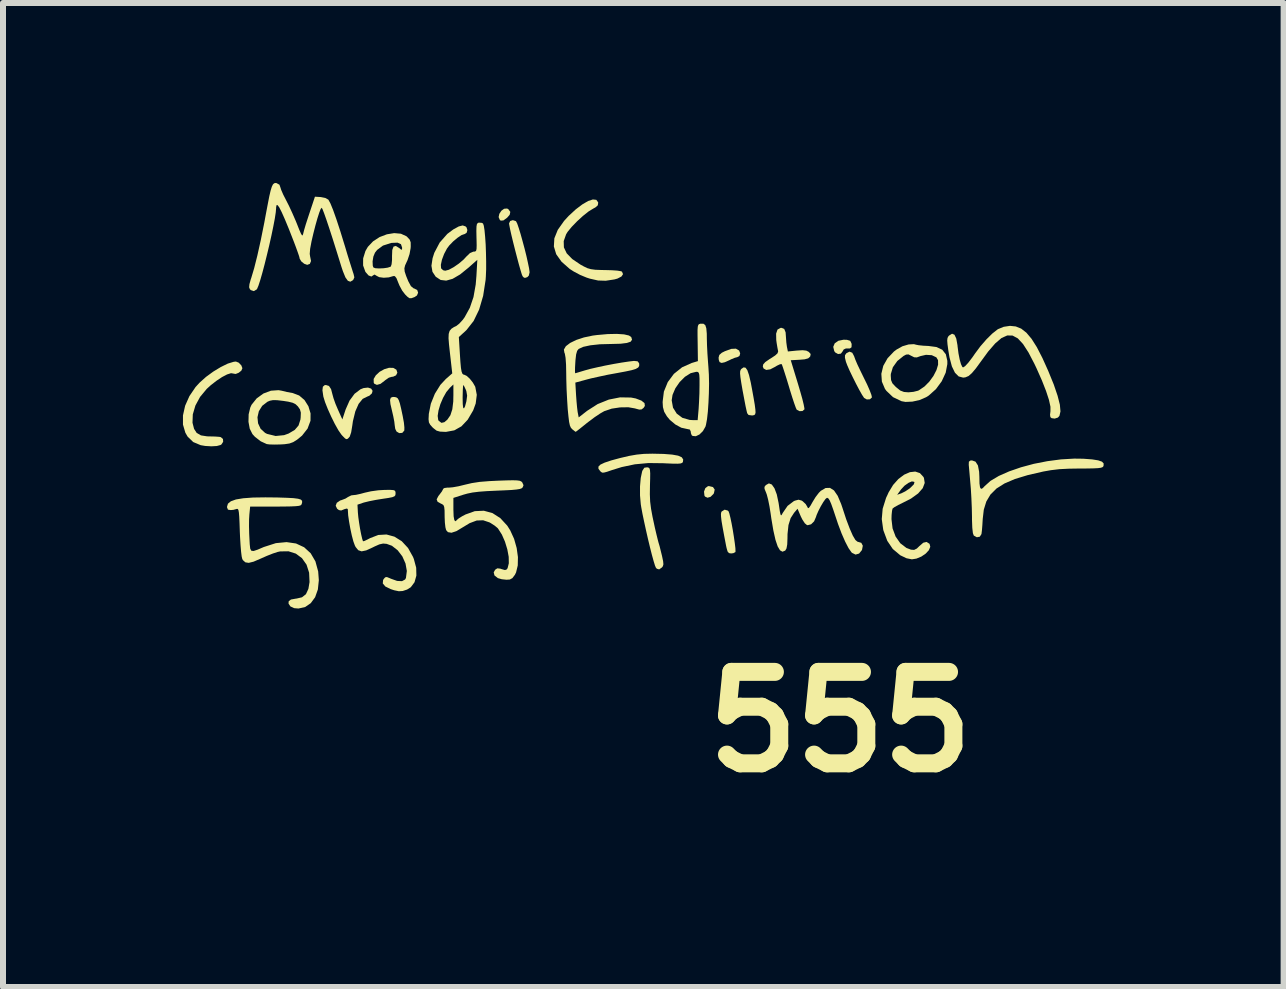
<source format=kicad_pcb>
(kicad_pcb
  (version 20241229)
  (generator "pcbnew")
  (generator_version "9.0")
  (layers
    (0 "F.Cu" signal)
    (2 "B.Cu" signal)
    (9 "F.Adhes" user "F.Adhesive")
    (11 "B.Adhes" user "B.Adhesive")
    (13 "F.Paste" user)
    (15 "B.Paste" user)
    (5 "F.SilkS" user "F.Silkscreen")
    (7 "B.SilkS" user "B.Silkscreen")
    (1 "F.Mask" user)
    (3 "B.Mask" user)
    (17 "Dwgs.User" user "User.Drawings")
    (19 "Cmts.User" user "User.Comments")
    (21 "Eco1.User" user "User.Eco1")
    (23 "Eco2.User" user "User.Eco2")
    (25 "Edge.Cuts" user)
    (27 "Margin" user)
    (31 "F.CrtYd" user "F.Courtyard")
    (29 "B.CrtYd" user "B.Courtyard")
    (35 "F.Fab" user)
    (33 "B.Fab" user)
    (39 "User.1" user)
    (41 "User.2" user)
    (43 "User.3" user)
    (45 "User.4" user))
  (footprint "555"
    (layer "F.Cu")
    (at 10.956 8.985)
    (property "Reference" "555" (at 0 0 0) (layer "F.SilkS") (effects (font (size 1.524 1.524) (thickness 0.3))))
    (attr board_only exclude_from_pos_files exclude_from_bom)
    (fp_poly (pts (xy -5.532 -8.548) (xy -5.499 -8.503) (xy -5.51 -8.454) (xy -5.552 -8.406) (xy -5.613 -8.361) (xy -5.658 -8.357) (xy -5.674 -8.369) (xy -5.694 -8.416) (xy -5.682 -8.471) (xy -5.648 -8.522) (xy -5.602 -8.555) (xy -5.553 -8.559)) (stroke (width 0) (type solid)) (fill yes) (layer "F.SilkS"))
    (fp_poly (pts (xy -2.121 -3.916) (xy -2.092 -3.874) (xy -2.105 -3.813) (xy -2.114 -3.799) (xy -2.161 -3.753) (xy -2.212 -3.738) (xy -2.253 -3.757) (xy -2.263 -3.773) (xy -2.27 -3.84) (xy -2.248 -3.898) (xy -2.205 -3.93) (xy -2.188 -3.932)) (stroke (width 0) (type solid)) (fill yes) (layer "F.SilkS"))
    (fp_poly (pts (xy -7.449 -5.902) (xy -7.398 -5.872) (xy -7.382 -5.822) (xy -7.404 -5.778) (xy -7.454 -5.755) (xy -7.473 -5.754) (xy -7.524 -5.739) (xy -7.583 -5.698) (xy -7.596 -5.687) (xy -7.663 -5.636) (xy -7.723 -5.619) (xy -7.766 -5.638) (xy -7.776 -5.656) (xy -7.777 -5.718) (xy -7.74 -5.78) (xy -7.678 -5.837) (xy -7.601 -5.88) (xy -7.521 -5.904)) (stroke (width 0) (type solid)) (fill yes) (layer "F.SilkS"))
    (fp_poly (pts (xy 0.113 -6.37) (xy 0.167 -6.354) (xy 0.188 -6.311) (xy 0.191 -6.295) (xy 0.189 -6.246) (xy 0.162 -6.226) (xy 0.099 -6.226) (xy 0.095 -6.226) (xy 0.058 -6.209) (xy 0.042 -6.18) (xy 0.012 -6.14) (xy -0.035 -6.133) (xy -0.082 -6.159) (xy -0.099 -6.182) (xy -0.116 -6.253) (xy -0.091 -6.312) (xy -0.031 -6.354) (xy 0.056 -6.372)) (stroke (width 0) (type solid)) (fill yes) (layer "F.SilkS"))
    (fp_poly (pts (xy -1.687 -6.193) (xy -1.685 -6.192) (xy -1.667 -6.144) (xy -1.679 -6.101) (xy -1.716 -6.081) (xy -1.716 -6.081) (xy -1.756 -6.071) (xy -1.819 -6.045) (xy -1.844 -6.032) (xy -1.925 -5.996) (xy -1.977 -5.985) (xy -2.009 -5.998) (xy -2.011 -6) (xy -2.024 -6.035) (xy -2.027 -6.074) (xy -2.015 -6.118) (xy -1.973 -6.155) (xy -1.923 -6.18) (xy -1.816 -6.219) (xy -1.739 -6.223)) (stroke (width 0) (type solid)) (fill yes) (layer "F.SilkS"))
    (fp_poly (pts (xy -7.429 -5.417) (xy -7.4 -5.411) (xy -7.377 -5.396) (xy -7.359 -5.365) (xy -7.34 -5.31) (xy -7.319 -5.222) (xy -7.292 -5.095) (xy -7.29 -5.083) (xy -7.273 -4.99) (xy -7.265 -4.91) (xy -7.266 -4.86) (xy -7.267 -4.857) (xy -7.3 -4.819) (xy -7.351 -4.815) (xy -7.395 -4.841) (xy -7.417 -4.885) (xy -7.426 -4.944) (xy -7.433 -5.006) (xy -7.45 -5.095) (xy -7.472 -5.19) (xy -7.497 -5.298) (xy -7.504 -5.368) (xy -7.491 -5.406) (xy -7.457 -5.418)) (stroke (width 0) (type solid)) (fill yes) (layer "F.SilkS"))
    (fp_poly (pts (xy -1.875 -3.524) (xy -1.861 -3.511) (xy -1.848 -3.476) (xy -1.83 -3.404) (xy -1.81 -3.308) (xy -1.79 -3.198) (xy -1.772 -3.085) (xy -1.757 -2.981) (xy -1.747 -2.897) (xy -1.745 -2.844) (xy -1.747 -2.832) (xy -1.78 -2.814) (xy -1.819 -2.809) (xy -1.854 -2.815) (xy -1.877 -2.841) (xy -1.894 -2.9) (xy -1.902 -2.937) (xy -1.936 -3.114) (xy -1.961 -3.25) (xy -1.978 -3.35) (xy -1.986 -3.42) (xy -1.988 -3.466) (xy -1.983 -3.495) (xy -1.975 -3.509) (xy -1.926 -3.539)) (stroke (width 0) (type solid)) (fill yes) (layer "F.SilkS"))
    (fp_poly (pts (xy -1.577 -5.905) (xy -1.548 -5.864) (xy -1.52 -5.783) (xy -1.491 -5.66) (xy -1.471 -5.554) (xy -1.443 -5.4) (xy -1.424 -5.287) (xy -1.414 -5.208) (xy -1.411 -5.158) (xy -1.418 -5.13) (xy -1.432 -5.116) (xy -1.455 -5.111) (xy -1.468 -5.109) (xy -1.527 -5.117) (xy -1.55 -5.146) (xy -1.56 -5.185) (xy -1.577 -5.263) (xy -1.597 -5.367) (xy -1.62 -5.489) (xy -1.626 -5.519) (xy -1.649 -5.653) (xy -1.663 -5.747) (xy -1.669 -5.809) (xy -1.667 -5.849) (xy -1.657 -5.873) (xy -1.648 -5.885) (xy -1.61 -5.911)) (stroke (width 0) (type solid)) (fill yes) (layer "F.SilkS"))
    (fp_poly (pts (xy -5.409 -8.35) (xy -5.402 -8.343) (xy -5.384 -8.308) (xy -5.359 -8.235) (xy -5.328 -8.135) (xy -5.295 -8.016) (xy -5.261 -7.89) (xy -5.23 -7.765) (xy -5.205 -7.652) (xy -5.186 -7.56) (xy -5.178 -7.499) (xy -5.178 -7.494) (xy -5.191 -7.44) (xy -5.216 -7.415) (xy -5.256 -7.402) (xy -5.278 -7.412) (xy -5.295 -7.431) (xy -5.308 -7.462) (xy -5.329 -7.532) (xy -5.357 -7.63) (xy -5.388 -7.747) (xy -5.421 -7.874) (xy -5.453 -8.001) (xy -5.481 -8.117) (xy -5.503 -8.215) (xy -5.516 -8.284) (xy -5.52 -8.311) (xy -5.501 -8.351) (xy -5.457 -8.365)) (stroke (width 0) (type solid)) (fill yes) (layer "F.SilkS"))
    (fp_poly (pts (xy 0.201 -6.155) (xy 0.232 -6.097) (xy 0.235 -6.088) (xy 0.252 -6.041) (xy 0.286 -5.961) (xy 0.334 -5.86) (xy 0.389 -5.747) (xy 0.396 -5.733) (xy 0.45 -5.623) (xy 0.492 -5.527) (xy 0.52 -5.453) (xy 0.529 -5.412) (xy 0.528 -5.409) (xy 0.495 -5.379) (xy 0.444 -5.376) (xy 0.399 -5.401) (xy 0.397 -5.404) (xy 0.364 -5.454) (xy 0.317 -5.537) (xy 0.263 -5.64) (xy 0.208 -5.75) (xy 0.157 -5.856) (xy 0.118 -5.945) (xy 0.096 -6.003) (xy 0.079 -6.072) (xy 0.08 -6.113) (xy 0.102 -6.145) (xy 0.104 -6.147) (xy 0.155 -6.173)) (stroke (width 0) (type solid)) (fill yes) (layer "F.SilkS"))
    (fp_poly (pts (xy -3.128 -4.472) (xy -2.942 -4.468) (xy -2.801 -4.457) (xy -2.701 -4.439) (xy -2.641 -4.412) (xy -2.617 -4.375) (xy -2.622 -4.334) (xy -2.634 -4.319) (xy -2.661 -4.309) (xy -2.711 -4.305) (xy -2.792 -4.306) (xy -2.911 -4.311) (xy -2.949 -4.313) (xy -3.198 -4.316) (xy -3.423 -4.295) (xy -3.642 -4.249) (xy -3.804 -4.199) (xy -3.888 -4.17) (xy -3.938 -4.157) (xy -3.967 -4.156) (xy -3.988 -4.169) (xy -4 -4.181) (xy -4.03 -4.221) (xy -4.03 -4.257) (xy -3.997 -4.29) (xy -3.927 -4.323) (xy -3.816 -4.36) (xy -3.672 -4.399) (xy -3.519 -4.435) (xy -3.392 -4.457) (xy -3.27 -4.469) (xy -3.133 -4.472)) (stroke (width 0) (type solid)) (fill yes) (layer "F.SilkS"))
    (fp_poly (pts (xy -8.522 -5.601) (xy -8.487 -5.548) (xy -8.465 -5.464) (xy -8.446 -5.395) (xy -8.413 -5.302) (xy -8.373 -5.208) (xy -8.299 -5.043) (xy -8.244 -5.21) (xy -8.179 -5.357) (xy -8.095 -5.471) (xy -7.996 -5.546) (xy -7.945 -5.566) (xy -7.872 -5.574) (xy -7.819 -5.557) (xy -7.795 -5.52) (xy -7.806 -5.478) (xy -7.849 -5.438) (xy -7.879 -5.426) (xy -7.96 -5.386) (xy -8.028 -5.302) (xy -8.083 -5.177) (xy -8.123 -5.014) (xy -8.133 -4.943) (xy -8.152 -4.828) (xy -8.176 -4.756) (xy -8.208 -4.721) (xy -8.235 -4.714) (xy -8.259 -4.731) (xy -8.3 -4.773) (xy -8.315 -4.79) (xy -8.365 -4.862) (xy -8.424 -4.967) (xy -8.485 -5.09) (xy -8.542 -5.217) (xy -8.588 -5.333) (xy -8.616 -5.425) (xy -8.617 -5.432) (xy -8.631 -5.529) (xy -8.624 -5.588) (xy -8.595 -5.614) (xy -8.573 -5.617)) (stroke (width 0) (type solid)) (fill yes) (layer "F.SilkS"))
    (fp_poly (pts (xy -3.195 -4.24) (xy -3.179 -4.227) (xy -3.171 -4.198) (xy -3.167 -4.144) (xy -3.168 -4.057) (xy -3.171 -3.944) (xy -3.173 -3.796) (xy -3.168 -3.673) (xy -3.153 -3.554) (xy -3.128 -3.418) (xy -3.115 -3.358) (xy -3.089 -3.237) (xy -3.063 -3.127) (xy -3.042 -3.041) (xy -3.029 -2.992) (xy -3.01 -2.928) (xy -2.988 -2.839) (xy -2.97 -2.766) (xy -2.952 -2.68) (xy -2.947 -2.628) (xy -2.956 -2.596) (xy -2.971 -2.576) (xy -3.018 -2.543) (xy -3.056 -2.554) (xy -3.072 -2.571) (xy -3.087 -2.606) (xy -3.11 -2.681) (xy -3.139 -2.786) (xy -3.171 -2.913) (xy -3.205 -3.054) (xy -3.238 -3.199) (xy -3.269 -3.341) (xy -3.296 -3.47) (xy -3.316 -3.578) (xy -3.324 -3.627) (xy -3.337 -3.776) (xy -3.337 -3.927) (xy -3.325 -4.066) (xy -3.302 -4.175) (xy -3.296 -4.191) (xy -3.265 -4.238) (xy -3.218 -4.245)) (stroke (width 0) (type solid)) (fill yes) (layer "F.SilkS"))
    (fp_poly (pts (xy -10.026 -5.989) (xy -9.983 -5.944) (xy -9.965 -5.897) (xy -9.983 -5.856) (xy -10.027 -5.821) (xy -10.077 -5.801) (xy -10.115 -5.807) (xy -10.117 -5.808) (xy -10.155 -5.814) (xy -10.221 -5.793) (xy -10.305 -5.749) (xy -10.398 -5.687) (xy -10.493 -5.613) (xy -10.56 -5.552) (xy -10.671 -5.418) (xy -10.749 -5.274) (xy -10.792 -5.127) (xy -10.797 -4.988) (xy -10.771 -4.886) (xy -10.727 -4.818) (xy -10.656 -4.777) (xy -10.552 -4.761) (xy -10.506 -4.76) (xy -10.421 -4.758) (xy -10.352 -4.753) (xy -10.325 -4.748) (xy -10.289 -4.717) (xy -10.286 -4.67) (xy -10.315 -4.626) (xy -10.329 -4.617) (xy -10.392 -4.6) (xy -10.483 -4.595) (xy -10.585 -4.601) (xy -10.661 -4.614) (xy -10.785 -4.666) (xy -10.878 -4.756) (xy -10.916 -4.821) (xy -10.956 -4.957) (xy -10.956 -5.11) (xy -10.92 -5.271) (xy -10.849 -5.431) (xy -10.746 -5.583) (xy -10.68 -5.655) (xy -10.572 -5.752) (xy -10.45 -5.841) (xy -10.325 -5.917) (xy -10.208 -5.974) (xy -10.11 -6.004) (xy -10.073 -6.008)) (stroke (width 0) (type solid)) (fill yes) (layer "F.SilkS"))
    (fp_poly (pts (xy -4.066 -8.704) (xy -4.036 -8.664) (xy -4.034 -8.654) (xy -4.041 -8.612) (xy -4.081 -8.577) (xy -4.118 -8.557) (xy -4.196 -8.509) (xy -4.29 -8.434) (xy -4.387 -8.345) (xy -4.476 -8.253) (xy -4.544 -8.17) (xy -4.569 -8.129) (xy -4.609 -8.016) (xy -4.606 -7.911) (xy -4.559 -7.812) (xy -4.467 -7.717) (xy -4.328 -7.623) (xy -4.273 -7.593) (xy -4.215 -7.565) (xy -4.156 -7.548) (xy -4.082 -7.538) (xy -3.98 -7.534) (xy -3.914 -7.533) (xy -3.806 -7.53) (xy -3.717 -7.524) (xy -3.656 -7.514) (xy -3.638 -7.507) (xy -3.62 -7.465) (xy -3.647 -7.425) (xy -3.713 -7.391) (xy -3.764 -7.377) (xy -3.908 -7.355) (xy -4.036 -7.359) (xy -4.173 -7.39) (xy -4.226 -7.407) (xy -4.333 -7.451) (xy -4.442 -7.509) (xy -4.509 -7.552) (xy -4.645 -7.672) (xy -4.734 -7.797) (xy -4.773 -7.926) (xy -4.765 -8.062) (xy -4.708 -8.203) (xy -4.603 -8.352) (xy -4.527 -8.435) (xy -4.408 -8.545) (xy -4.298 -8.628) (xy -4.202 -8.684) (xy -4.123 -8.71)) (stroke (width 0) (type solid)) (fill yes) (layer "F.SilkS"))
    (fp_poly (pts (xy -0.933 -6.552) (xy -0.91 -6.495) (xy -0.904 -6.412) (xy -0.898 -6.326) (xy -0.888 -6.254) (xy -0.872 -6.176) (xy -0.723 -6.191) (xy -0.627 -6.197) (xy -0.565 -6.19) (xy -0.525 -6.17) (xy -0.492 -6.134) (xy -0.499 -6.096) (xy -0.503 -6.089) (xy -0.534 -6.061) (xy -0.593 -6.045) (xy -0.677 -6.038) (xy -0.824 -6.03) (xy -0.704 -5.637) (xy -0.665 -5.505) (xy -0.632 -5.388) (xy -0.609 -5.294) (xy -0.597 -5.231) (xy -0.596 -5.211) (xy -0.629 -5.183) (xy -0.679 -5.181) (xy -0.724 -5.205) (xy -0.726 -5.208) (xy -0.741 -5.241) (xy -0.767 -5.313) (xy -0.8 -5.413) (xy -0.837 -5.532) (xy -0.855 -5.593) (xy -0.893 -5.718) (xy -0.927 -5.825) (xy -0.954 -5.908) (xy -0.971 -5.956) (xy -0.976 -5.965) (xy -1.003 -5.963) (xy -1.054 -5.939) (xy -1.083 -5.921) (xy -1.166 -5.878) (xy -1.233 -5.868) (xy -1.277 -5.892) (xy -1.29 -5.925) (xy -1.283 -5.961) (xy -1.248 -6) (xy -1.177 -6.049) (xy -1.16 -6.059) (xy -1.084 -6.109) (xy -1.045 -6.145) (xy -1.034 -6.178) (xy -1.037 -6.191) (xy -1.047 -6.243) (xy -1.06 -6.322) (xy -1.066 -6.368) (xy -1.068 -6.474) (xy -1.045 -6.541) (xy -0.994 -6.569) (xy -0.977 -6.57)) (stroke (width 0) (type solid)) (fill yes) (layer "F.SilkS"))
    (fp_poly (pts (xy -9.311 -5.522) (xy -9.221 -5.5) (xy -9.128 -5.483) (xy -9.124 -5.482) (xy -9.019 -5.442) (xy -8.93 -5.366) (xy -8.865 -5.263) (xy -8.829 -5.144) (xy -8.83 -5.021) (xy -8.831 -5.018) (xy -8.879 -4.89) (xy -8.971 -4.773) (xy -9.054 -4.705) (xy -9.118 -4.665) (xy -9.181 -4.642) (xy -9.262 -4.63) (xy -9.334 -4.626) (xy -9.429 -4.624) (xy -9.509 -4.626) (xy -9.558 -4.632) (xy -9.559 -4.632) (xy -9.659 -4.678) (xy -9.755 -4.752) (xy -9.798 -4.799) (xy -9.843 -4.889) (xy -9.864 -5.004) (xy -9.862 -5.079) (xy -9.714 -5.079) (xy -9.704 -4.978) (xy -9.662 -4.888) (xy -9.587 -4.819) (xy -9.554 -4.802) (xy -9.411 -4.767) (xy -9.27 -4.781) (xy -9.195 -4.808) (xy -9.092 -4.869) (xy -9.029 -4.943) (xy -8.998 -5.041) (xy -8.994 -5.075) (xy -8.991 -5.156) (xy -9.006 -5.211) (xy -9.04 -5.26) (xy -9.079 -5.297) (xy -9.127 -5.321) (xy -9.2 -5.339) (xy -9.284 -5.352) (xy -9.387 -5.364) (xy -9.456 -5.365) (xy -9.507 -5.355) (xy -9.547 -5.338) (xy -9.635 -5.27) (xy -9.691 -5.18) (xy -9.714 -5.079) (xy -9.862 -5.079) (xy -9.861 -5.128) (xy -9.834 -5.241) (xy -9.813 -5.287) (xy -9.727 -5.394) (xy -9.615 -5.475) (xy -9.49 -5.522) (xy -9.363 -5.531)) (stroke (width 0) (type solid)) (fill yes) (layer "F.SilkS"))
    (fp_poly (pts (xy 1.263 -6.289) (xy 1.309 -6.28) (xy 1.387 -6.272) (xy 1.469 -6.268) (xy 1.605 -6.25) (xy 1.701 -6.205) (xy 1.761 -6.129) (xy 1.786 -6.02) (xy 1.786 -5.965) (xy 1.759 -5.823) (xy 1.693 -5.68) (xy 1.596 -5.548) (xy 1.476 -5.441) (xy 1.433 -5.414) (xy 1.325 -5.367) (xy 1.204 -5.34) (xy 1.089 -5.335) (xy 1.022 -5.347) (xy 0.88 -5.415) (xy 0.77 -5.52) (xy 0.746 -5.553) (xy 0.695 -5.673) (xy 0.688 -5.772) (xy 0.843 -5.772) (xy 0.848 -5.699) (xy 0.87 -5.646) (xy 0.921 -5.591) (xy 0.934 -5.579) (xy 1.001 -5.525) (xy 1.063 -5.501) (xy 1.137 -5.495) (xy 1.221 -5.503) (xy 1.297 -5.522) (xy 1.314 -5.53) (xy 1.405 -5.592) (xy 1.487 -5.675) (xy 1.555 -5.769) (xy 1.605 -5.866) (xy 1.632 -5.956) (xy 1.631 -6.031) (xy 1.603 -6.078) (xy 1.527 -6.114) (xy 1.43 -6.12) (xy 1.339 -6.099) (xy 1.278 -6.077) (xy 1.234 -6.079) (xy 1.188 -6.102) (xy 1.139 -6.127) (xy 1.099 -6.124) (xy 1.056 -6.101) (xy 0.952 -6.017) (xy 0.878 -5.913) (xy 0.844 -5.801) (xy 0.843 -5.772) (xy 0.688 -5.772) (xy 0.686 -5.804) (xy 0.718 -5.936) (xy 0.789 -6.062) (xy 0.896 -6.175) (xy 0.941 -6.209) (xy 1.038 -6.263) (xy 1.14 -6.293) (xy 1.229 -6.298)) (stroke (width 0) (type solid)) (fill yes) (layer "F.SilkS"))
    (fp_poly (pts (xy 4.053 -4.388) (xy 4.199 -4.377) (xy 4.301 -4.361) (xy 4.364 -4.339) (xy 4.392 -4.309) (xy 4.39 -4.269) (xy 4.388 -4.264) (xy 4.376 -4.249) (xy 4.348 -4.238) (xy 4.297 -4.231) (xy 4.216 -4.227) (xy 4.097 -4.225) (xy 4.004 -4.225) (xy 3.812 -4.222) (xy 3.654 -4.214) (xy 3.512 -4.197) (xy 3.387 -4.175) (xy 3.127 -4.115) (xy 2.913 -4.05) (xy 2.74 -3.976) (xy 2.605 -3.891) (xy 2.505 -3.791) (xy 2.436 -3.675) (xy 2.394 -3.539) (xy 2.376 -3.383) (xy 2.37 -3.283) (xy 2.363 -3.196) (xy 2.356 -3.139) (xy 2.355 -3.132) (xy 2.327 -3.088) (xy 2.278 -3.079) (xy 2.227 -3.107) (xy 2.212 -3.148) (xy 2.202 -3.237) (xy 2.197 -3.37) (xy 2.197 -3.418) (xy 2.194 -3.567) (xy 2.187 -3.732) (xy 2.178 -3.887) (xy 2.172 -3.957) (xy 2.162 -4.072) (xy 2.153 -4.176) (xy 2.146 -4.255) (xy 2.143 -4.286) (xy 2.145 -4.338) (xy 2.168 -4.357) (xy 2.197 -4.36) (xy 2.256 -4.339) (xy 2.296 -4.276) (xy 2.316 -4.171) (xy 2.32 -4.087) (xy 2.322 -3.976) (xy 2.331 -3.911) (xy 2.348 -3.885) (xy 2.376 -3.897) (xy 2.409 -3.932) (xy 2.506 -4.019) (xy 2.644 -4.101) (xy 2.816 -4.177) (xy 3.013 -4.245) (xy 3.228 -4.303) (xy 3.453 -4.347) (xy 3.68 -4.377) (xy 3.901 -4.39)) (stroke (width 0) (type solid)) (fill yes) (layer "F.SilkS"))
    (fp_poly (pts (xy 1.329 -4.148) (xy 1.387 -4.085) (xy 1.396 -4.068) (xy 1.409 -3.984) (xy 1.376 -3.897) (xy 1.299 -3.809) (xy 1.181 -3.724) (xy 1.05 -3.657) (xy 0.969 -3.617) (xy 0.906 -3.582) (xy 0.874 -3.558) (xy 0.873 -3.557) (xy 0.864 -3.519) (xy 0.857 -3.449) (xy 0.855 -3.381) (xy 0.873 -3.227) (xy 0.924 -3.09) (xy 1.002 -2.979) (xy 1.104 -2.901) (xy 1.18 -2.872) (xy 1.232 -2.868) (xy 1.278 -2.891) (xy 1.318 -2.93) (xy 1.385 -2.988) (xy 1.44 -3.001) (xy 1.487 -2.971) (xy 1.49 -2.968) (xy 1.502 -2.92) (xy 1.478 -2.863) (xy 1.425 -2.806) (xy 1.353 -2.757) (xy 1.271 -2.723) (xy 1.195 -2.711) (xy 1.105 -2.729) (xy 1.005 -2.777) (xy 1 -2.78) (xy 0.877 -2.883) (xy 0.785 -3.019) (xy 0.721 -3.191) (xy 0.717 -3.208) (xy 0.693 -3.381) (xy 0.708 -3.554) (xy 0.765 -3.736) (xy 0.789 -3.787) (xy 0.95 -3.787) (xy 1.021 -3.812) (xy 1.085 -3.844) (xy 1.157 -3.892) (xy 1.174 -3.907) (xy 1.227 -3.96) (xy 1.238 -3.995) (xy 1.233 -4.003) (xy 1.195 -4.01) (xy 1.139 -3.986) (xy 1.074 -3.94) (xy 1.015 -3.877) (xy 1.004 -3.862) (xy 0.95 -3.787) (xy 0.789 -3.787) (xy 0.807 -3.827) (xy 0.882 -3.951) (xy 0.97 -4.05) (xy 1.066 -4.122) (xy 1.162 -4.164) (xy 1.252 -4.174)) (stroke (width 0) (type solid)) (fill yes) (layer "F.SilkS"))
    (fp_poly (pts (xy 2.927 -6.593) (xy 3.017 -6.557) (xy 3.104 -6.489) (xy 3.19 -6.387) (xy 3.278 -6.248) (xy 3.371 -6.067) (xy 3.467 -5.854) (xy 3.56 -5.626) (xy 3.624 -5.438) (xy 3.662 -5.289) (xy 3.672 -5.177) (xy 3.655 -5.103) (xy 3.629 -5.074) (xy 3.576 -5.057) (xy 3.525 -5.064) (xy 3.504 -5.081) (xy 3.498 -5.121) (xy 3.505 -5.178) (xy 3.505 -5.255) (xy 3.48 -5.369) (xy 3.432 -5.516) (xy 3.363 -5.692) (xy 3.274 -5.893) (xy 3.236 -5.973) (xy 3.139 -6.159) (xy 3.048 -6.3) (xy 2.961 -6.394) (xy 2.874 -6.441) (xy 2.785 -6.443) (xy 2.689 -6.4) (xy 2.584 -6.31) (xy 2.467 -6.175) (xy 2.345 -6.008) (xy 2.261 -5.893) (xy 2.195 -5.815) (xy 2.14 -5.767) (xy 2.088 -5.745) (xy 2.05 -5.74) (xy 1.975 -5.76) (xy 1.913 -5.822) (xy 1.862 -5.927) (xy 1.822 -6.078) (xy 1.803 -6.191) (xy 1.789 -6.294) (xy 1.784 -6.36) (xy 1.789 -6.401) (xy 1.803 -6.428) (xy 1.815 -6.441) (xy 1.865 -6.472) (xy 1.905 -6.455) (xy 1.935 -6.391) (xy 1.955 -6.281) (xy 1.957 -6.258) (xy 1.972 -6.143) (xy 1.992 -6.041) (xy 2.014 -5.963) (xy 2.037 -5.917) (xy 2.049 -5.91) (xy 2.082 -5.931) (xy 2.135 -5.988) (xy 2.203 -6.077) (xy 2.248 -6.142) (xy 2.337 -6.262) (xy 2.437 -6.377) (xy 2.536 -6.475) (xy 2.624 -6.544) (xy 2.63 -6.548) (xy 2.725 -6.587) (xy 2.83 -6.603)) (stroke (width 0) (type solid)) (fill yes) (layer "F.SilkS"))
    (fp_poly (pts (xy -2.279 -6.638) (xy -2.249 -6.615) (xy -2.232 -6.563) (xy -2.224 -6.474) (xy -2.223 -6.387) (xy -2.22 -6.276) (xy -2.213 -6.138) (xy -2.203 -5.995) (xy -2.197 -5.917) (xy -2.189 -5.789) (xy -2.186 -5.64) (xy -2.189 -5.48) (xy -2.196 -5.322) (xy -2.206 -5.174) (xy -2.22 -5.048) (xy -2.237 -4.955) (xy -2.246 -4.923) (xy -2.289 -4.848) (xy -2.346 -4.792) (xy -2.407 -4.763) (xy -2.46 -4.768) (xy -2.475 -4.779) (xy -2.489 -4.815) (xy -2.491 -4.84) (xy -2.506 -4.874) (xy -2.558 -4.885) (xy -2.558 -4.885) (xy -2.649 -4.905) (xy -2.748 -4.959) (xy -2.84 -5.036) (xy -2.889 -5.095) (xy -2.934 -5.171) (xy -2.955 -5.248) (xy -2.96 -5.332) (xy -2.957 -5.362) (xy -2.809 -5.362) (xy -2.787 -5.239) (xy -2.725 -5.14) (xy -2.631 -5.07) (xy -2.509 -5.035) (xy -2.464 -5.032) (xy -2.376 -5.031) (xy -2.36 -5.218) (xy -2.353 -5.337) (xy -2.347 -5.477) (xy -2.345 -5.609) (xy -2.345 -5.621) (xy -2.345 -5.724) (xy -2.349 -5.788) (xy -2.358 -5.821) (xy -2.374 -5.835) (xy -2.4 -5.837) (xy -2.493 -5.814) (xy -2.588 -5.754) (xy -2.676 -5.666) (xy -2.748 -5.562) (xy -2.795 -5.452) (xy -2.809 -5.362) (xy -2.957 -5.362) (xy -2.939 -5.507) (xy -2.874 -5.666) (xy -2.772 -5.803) (xy -2.636 -5.912) (xy -2.473 -5.985) (xy -2.472 -5.985) (xy -2.372 -6.015) (xy -2.376 -6.323) (xy -2.378 -6.45) (xy -2.378 -6.537) (xy -2.374 -6.59) (xy -2.365 -6.62) (xy -2.35 -6.633) (xy -2.327 -6.639) (xy -2.323 -6.639)) (stroke (width 0) (type solid)) (fill yes) (layer "F.SilkS"))
    (fp_poly (pts (xy -7.323 -8.139) (xy -7.231 -8.097) (xy -7.217 -8.084) (xy -7.177 -8.041) (xy -7.16 -7.996) (xy -7.159 -7.929) (xy -7.161 -7.898) (xy -7.179 -7.799) (xy -7.212 -7.7) (xy -7.226 -7.67) (xy -7.253 -7.611) (xy -7.265 -7.562) (xy -7.26 -7.508) (xy -7.236 -7.435) (xy -7.2 -7.347) (xy -7.156 -7.265) (xy -7.111 -7.228) (xy -7.099 -7.225) (xy -7.051 -7.2) (xy -7.036 -7.156) (xy -7.055 -7.11) (xy -7.095 -7.083) (xy -7.147 -7.064) (xy -7.18 -7.064) (xy -7.214 -7.088) (xy -7.253 -7.127) (xy -7.302 -7.191) (xy -7.348 -7.277) (xy -7.367 -7.323) (xy -7.397 -7.398) (xy -7.424 -7.432) (xy -7.449 -7.433) (xy -7.525 -7.411) (xy -7.61 -7.405) (xy -7.685 -7.415) (xy -7.724 -7.435) (xy -7.762 -7.458) (xy -7.779 -7.449) (xy -7.815 -7.425) (xy -7.862 -7.443) (xy -7.912 -7.5) (xy -7.915 -7.504) (xy -7.953 -7.609) (xy -7.953 -7.678) (xy -7.795 -7.678) (xy -7.792 -7.606) (xy -7.782 -7.577) (xy -7.751 -7.564) (xy -7.689 -7.56) (xy -7.614 -7.563) (xy -7.544 -7.573) (xy -7.497 -7.588) (xy -7.491 -7.593) (xy -7.478 -7.63) (xy -7.471 -7.699) (xy -7.471 -7.766) (xy -7.467 -7.868) (xy -7.446 -7.924) (xy -7.407 -7.935) (xy -7.352 -7.901) (xy -7.35 -7.9) (xy -7.316 -7.871) (xy -7.304 -7.879) (xy -7.303 -7.908) (xy -7.322 -7.964) (xy -7.379 -7.99) (xy -7.475 -7.986) (xy -7.488 -7.984) (xy -7.622 -7.941) (xy -7.72 -7.868) (xy -7.755 -7.823) (xy -7.782 -7.758) (xy -7.795 -7.678) (xy -7.953 -7.678) (xy -7.952 -7.729) (xy -7.914 -7.851) (xy -7.874 -7.92) (xy -7.787 -8.012) (xy -7.678 -8.083) (xy -7.557 -8.129) (xy -7.435 -8.149)) (stroke (width 0) (type solid)) (fill yes) (layer "F.SilkS"))
    (fp_poly (pts (xy -9.386 -3.742) (xy -9.229 -3.737) (xy -9.114 -3.731) (xy -9.037 -3.721) (xy -8.991 -3.707) (xy -8.97 -3.686) (xy -8.97 -3.656) (xy -8.979 -3.627) (xy -8.991 -3.613) (xy -9.02 -3.603) (xy -9.073 -3.597) (xy -9.156 -3.593) (xy -9.276 -3.591) (xy -9.414 -3.59) (xy -9.836 -3.59) (xy -9.849 -3.459) (xy -9.854 -3.376) (xy -9.855 -3.263) (xy -9.852 -3.139) (xy -9.849 -3.079) (xy -9.843 -2.963) (xy -9.835 -2.889) (xy -9.816 -2.854) (xy -9.778 -2.85) (xy -9.712 -2.872) (xy -9.609 -2.916) (xy -9.6 -2.919) (xy -9.407 -2.981) (xy -9.229 -2.998) (xy -9.071 -2.975) (xy -8.936 -2.912) (xy -8.827 -2.812) (xy -8.748 -2.677) (xy -8.702 -2.509) (xy -8.691 -2.363) (xy -8.707 -2.209) (xy -8.753 -2.079) (xy -8.826 -1.98) (xy -8.919 -1.916) (xy -9.03 -1.891) (xy -9.102 -1.897) (xy -9.165 -1.926) (xy -9.196 -1.973) (xy -9.194 -2.011) (xy -9.156 -2.041) (xy -9.073 -2.056) (xy -9.067 -2.056) (xy -8.972 -2.078) (xy -8.906 -2.13) (xy -8.865 -2.219) (xy -8.846 -2.332) (xy -8.853 -2.488) (xy -8.896 -2.622) (xy -8.972 -2.73) (xy -9.074 -2.806) (xy -9.197 -2.845) (xy -9.336 -2.843) (xy -9.382 -2.833) (xy -9.457 -2.808) (xy -9.556 -2.769) (xy -9.658 -2.724) (xy -9.667 -2.72) (xy -9.779 -2.672) (xy -9.86 -2.652) (xy -9.916 -2.661) (xy -9.956 -2.697) (xy -9.967 -2.716) (xy -9.977 -2.757) (xy -9.987 -2.837) (xy -9.996 -2.947) (xy -10.004 -3.077) (xy -10.008 -3.167) (xy -10.013 -3.316) (xy -10.018 -3.423) (xy -10.024 -3.493) (xy -10.032 -3.534) (xy -10.043 -3.551) (xy -10.057 -3.552) (xy -10.06 -3.551) (xy -10.115 -3.536) (xy -10.16 -3.532) (xy -10.206 -3.539) (xy -10.221 -3.577) (xy -10.221 -3.59) (xy -10.206 -3.639) (xy -10.157 -3.679) (xy -10.073 -3.709) (xy -9.951 -3.729) (xy -9.788 -3.741) (xy -9.582 -3.744)) (stroke (width 0) (type solid)) (fill yes) (layer "F.SilkS"))
    (fp_poly (pts (xy -7.448 -3.865) (xy -7.421 -3.854) (xy -7.413 -3.832) (xy -7.412 -3.811) (xy -7.415 -3.781) (xy -7.43 -3.762) (xy -7.466 -3.747) (xy -7.532 -3.734) (xy -7.632 -3.719) (xy -7.744 -3.701) (xy -7.85 -3.68) (xy -7.932 -3.66) (xy -7.95 -3.655) (xy -8.047 -3.622) (xy -8.04 -3.49) (xy -8.033 -3.415) (xy -8.02 -3.322) (xy -8.004 -3.222) (xy -7.986 -3.129) (xy -7.969 -3.056) (xy -7.956 -3.015) (xy -7.954 -3.012) (xy -7.929 -3.018) (xy -7.877 -3.043) (xy -7.837 -3.064) (xy -7.7 -3.117) (xy -7.563 -3.125) (xy -7.431 -3.089) (xy -7.309 -3.013) (xy -7.204 -2.9) (xy -7.121 -2.751) (xy -7.107 -2.716) (xy -7.068 -2.571) (xy -7.065 -2.44) (xy -7.096 -2.329) (xy -7.158 -2.246) (xy -7.22 -2.207) (xy -7.293 -2.183) (xy -7.357 -2.179) (xy -7.434 -2.195) (xy -7.492 -2.214) (xy -7.582 -2.258) (xy -7.625 -2.309) (xy -7.62 -2.365) (xy -7.609 -2.384) (xy -7.585 -2.411) (xy -7.557 -2.416) (xy -7.51 -2.397) (xy -7.487 -2.387) (xy -7.386 -2.351) (xy -7.305 -2.347) (xy -7.253 -2.375) (xy -7.239 -2.4) (xy -7.224 -2.517) (xy -7.246 -2.641) (xy -7.299 -2.76) (xy -7.377 -2.862) (xy -7.473 -2.937) (xy -7.561 -2.969) (xy -7.62 -2.974) (xy -7.683 -2.96) (xy -7.764 -2.924) (xy -7.796 -2.908) (xy -7.901 -2.86) (xy -7.978 -2.844) (xy -8.034 -2.863) (xy -8.078 -2.917) (xy -8.091 -2.943) (xy -8.115 -3.009) (xy -8.141 -3.107) (xy -8.166 -3.223) (xy -8.187 -3.341) (xy -8.202 -3.444) (xy -8.206 -3.511) (xy -8.208 -3.546) (xy -8.222 -3.558) (xy -8.259 -3.549) (xy -8.319 -3.525) (xy -8.356 -3.532) (xy -8.386 -3.554) (xy -8.41 -3.604) (xy -8.392 -3.653) (xy -8.337 -3.691) (xy -8.311 -3.699) (xy -8.246 -3.724) (xy -8.205 -3.75) (xy -8.151 -3.777) (xy -8.12 -3.781) (xy -8.072 -3.786) (xy -7.995 -3.803) (xy -7.925 -3.822) (xy -7.822 -3.845) (xy -7.699 -3.862) (xy -7.596 -3.868) (xy -7.502 -3.869)) (stroke (width 0) (type solid)) (fill yes) (layer "F.SilkS"))
    (fp_poly (pts (xy -1.14 -3.958) (xy -1.096 -3.896) (xy -1.057 -3.793) (xy -1.027 -3.651) (xy -1.021 -3.612) (xy -1.007 -3.516) (xy -0.996 -3.462) (xy -0.986 -3.443) (xy -0.974 -3.454) (xy -0.958 -3.484) (xy -0.877 -3.602) (xy -0.776 -3.679) (xy -0.755 -3.689) (xy -0.695 -3.705) (xy -0.644 -3.691) (xy -0.625 -3.679) (xy -0.575 -3.632) (xy -0.549 -3.588) (xy -0.537 -3.564) (xy -0.521 -3.569) (xy -0.494 -3.607) (xy -0.461 -3.666) (xy -0.411 -3.748) (xy -0.356 -3.82) (xy -0.323 -3.853) (xy -0.243 -3.9) (xy -0.17 -3.902) (xy -0.104 -3.86) (xy -0.042 -3.77) (xy 0.016 -3.633) (xy 0.037 -3.571) (xy 0.1 -3.379) (xy 0.159 -3.223) (xy 0.21 -3.107) (xy 0.254 -3.033) (xy 0.289 -3.004) (xy 0.292 -3.004) (xy 0.352 -2.986) (xy 0.377 -2.938) (xy 0.364 -2.87) (xy 0.362 -2.865) (xy 0.315 -2.807) (xy 0.256 -2.79) (xy 0.197 -2.819) (xy 0.188 -2.828) (xy 0.139 -2.898) (xy 0.083 -3.006) (xy 0.023 -3.143) (xy -0.036 -3.3) (xy -0.071 -3.405) (xy -0.116 -3.54) (xy -0.15 -3.635) (xy -0.176 -3.695) (xy -0.198 -3.727) (xy -0.219 -3.737) (xy -0.22 -3.737) (xy -0.245 -3.717) (xy -0.282 -3.665) (xy -0.324 -3.594) (xy -0.363 -3.518) (xy -0.393 -3.45) (xy -0.404 -3.416) (xy -0.435 -3.344) (xy -0.485 -3.295) (xy -0.542 -3.28) (xy -0.555 -3.283) (xy -0.59 -3.312) (xy -0.63 -3.373) (xy -0.656 -3.425) (xy -0.711 -3.554) (xy -0.769 -3.486) (xy -0.826 -3.398) (xy -0.862 -3.283) (xy -0.878 -3.133) (xy -0.879 -3.062) (xy -0.883 -2.958) (xy -0.895 -2.893) (xy -0.916 -2.857) (xy -0.918 -2.856) (xy -0.962 -2.838) (xy -1.003 -2.861) (xy -1.042 -2.926) (xy -1.079 -3.036) (xy -1.114 -3.191) (xy -1.148 -3.392) (xy -1.16 -3.477) (xy -1.179 -3.595) (xy -1.201 -3.704) (xy -1.223 -3.789) (xy -1.237 -3.827) (xy -1.261 -3.885) (xy -1.262 -3.919) (xy -1.24 -3.948) (xy -1.239 -3.949) (xy -1.188 -3.977)) (stroke (width 0) (type solid)) (fill yes) (layer "F.SilkS"))
    (fp_poly (pts (xy -5.389 -4.027) (xy -5.344 -4.021) (xy -5.318 -4.01) (xy -5.301 -3.995) (xy -5.279 -3.947) (xy -5.292 -3.912) (xy -5.308 -3.896) (xy -5.34 -3.884) (xy -5.395 -3.875) (xy -5.479 -3.867) (xy -5.6 -3.861) (xy -5.718 -3.856) (xy -5.889 -3.848) (xy -6.022 -3.838) (xy -6.128 -3.825) (xy -6.215 -3.807) (xy -6.283 -3.788) (xy -6.448 -3.735) (xy -6.448 -3.54) (xy -6.444 -3.428) (xy -6.432 -3.363) (xy -6.411 -3.345) (xy -6.386 -3.371) (xy -6.357 -3.395) (xy -6.299 -3.431) (xy -6.245 -3.459) (xy -6.091 -3.514) (xy -5.94 -3.521) (xy -5.797 -3.482) (xy -5.666 -3.398) (xy -5.55 -3.272) (xy -5.5 -3.193) (xy -5.436 -3.052) (xy -5.393 -2.9) (xy -5.372 -2.748) (xy -5.375 -2.609) (xy -5.403 -2.493) (xy -5.422 -2.454) (xy -5.464 -2.398) (xy -5.508 -2.374) (xy -5.564 -2.371) (xy -5.641 -2.379) (xy -5.704 -2.397) (xy -5.707 -2.398) (xy -5.763 -2.442) (xy -5.776 -2.494) (xy -5.752 -2.537) (xy -5.716 -2.561) (xy -5.668 -2.556) (xy -5.641 -2.547) (xy -5.588 -2.532) (xy -5.558 -2.543) (xy -5.544 -2.565) (xy -5.524 -2.645) (xy -5.526 -2.753) (xy -5.549 -2.877) (xy -5.588 -3.005) (xy -5.64 -3.124) (xy -5.702 -3.221) (xy -5.712 -3.233) (xy -5.759 -3.272) (xy -5.827 -3.316) (xy -5.847 -3.327) (xy -5.952 -3.362) (xy -6.06 -3.358) (xy -6.177 -3.314) (xy -6.283 -3.25) (xy -6.394 -3.183) (xy -6.479 -3.154) (xy -6.539 -3.164) (xy -6.569 -3.198) (xy -6.581 -3.245) (xy -6.59 -3.324) (xy -6.594 -3.42) (xy -6.594 -3.43) (xy -6.595 -3.525) (xy -6.601 -3.583) (xy -6.614 -3.615) (xy -6.638 -3.632) (xy -6.653 -3.638) (xy -6.712 -3.671) (xy -6.727 -3.711) (xy -6.698 -3.767) (xy -6.681 -3.788) (xy -6.641 -3.841) (xy -6.62 -3.88) (xy -6.619 -3.886) (xy -6.597 -3.9) (xy -6.544 -3.907) (xy -6.527 -3.906) (xy -6.458 -3.912) (xy -6.362 -3.929) (xy -6.26 -3.954) (xy -6.252 -3.956) (xy -6.14 -3.982) (xy -6.009 -4.002) (xy -5.848 -4.015) (xy -5.703 -4.022) (xy -5.56 -4.027) (xy -5.458 -4.029)) (stroke (width 0) (type solid)) (fill yes) (layer "F.SilkS"))
    (fp_poly (pts (xy -3.603 -6.461) (xy -3.521 -6.442) (xy -3.483 -6.416) (xy -3.47 -6.372) (xy -3.493 -6.339) (xy -3.556 -6.318) (xy -3.661 -6.305) (xy -3.811 -6.301) (xy -3.813 -6.301) (xy -4.006 -6.296) (xy -4.164 -6.279) (xy -4.284 -6.253) (xy -4.36 -6.218) (xy -4.385 -6.186) (xy -4.402 -6.127) (xy -4.413 -6.03) (xy -4.415 -6) (xy -4.42 -5.911) (xy -4.421 -5.846) (xy -4.419 -5.814) (xy -4.418 -5.813) (xy -4.391 -5.82) (xy -4.332 -5.838) (xy -4.255 -5.861) (xy -4.168 -5.885) (xy -4.051 -5.912) (xy -3.916 -5.941) (xy -3.775 -5.968) (xy -3.641 -5.991) (xy -3.527 -6.008) (xy -3.444 -6.018) (xy -3.431 -6.018) (xy -3.377 -6.012) (xy -3.353 -5.981) (xy -3.35 -5.966) (xy -3.351 -5.934) (xy -3.368 -5.908) (xy -3.408 -5.885) (xy -3.477 -5.864) (xy -3.581 -5.842) (xy -3.726 -5.815) (xy -3.737 -5.813) (xy -3.874 -5.788) (xy -4.019 -5.757) (xy -4.15 -5.728) (xy -4.216 -5.711) (xy -4.415 -5.657) (xy -4.403 -5.448) (xy -4.395 -5.34) (xy -4.386 -5.242) (xy -4.377 -5.17) (xy -4.375 -5.158) (xy -4.359 -5.077) (xy -4.218 -5.187) (xy -4.043 -5.299) (xy -3.857 -5.374) (xy -3.669 -5.411) (xy -3.487 -5.408) (xy -3.409 -5.393) (xy -3.314 -5.357) (xy -3.262 -5.315) (xy -3.256 -5.268) (xy -3.278 -5.235) (xy -3.311 -5.21) (xy -3.349 -5.207) (xy -3.413 -5.224) (xy -3.417 -5.226) (xy -3.531 -5.246) (xy -3.668 -5.244) (xy -3.808 -5.223) (xy -3.929 -5.182) (xy -3.933 -5.181) (xy -4.003 -5.141) (xy -4.094 -5.08) (xy -4.19 -5.008) (xy -4.224 -4.982) (xy -4.302 -4.919) (xy -4.364 -4.87) (xy -4.402 -4.841) (xy -4.409 -4.836) (xy -4.43 -4.85) (xy -4.466 -4.879) (xy -4.489 -4.904) (xy -4.506 -4.942) (xy -4.519 -5.002) (xy -4.53 -5.093) (xy -4.542 -5.214) (xy -4.552 -5.369) (xy -4.561 -5.545) (xy -4.566 -5.717) (xy -4.567 -5.807) (xy -4.57 -5.958) (xy -4.578 -6.07) (xy -4.59 -6.139) (xy -4.597 -6.154) (xy -4.606 -6.208) (xy -4.573 -6.264) (xy -4.502 -6.318) (xy -4.4 -6.368) (xy -4.272 -6.41) (xy -4.124 -6.441) (xy -4.054 -6.45) (xy -3.875 -6.466) (xy -3.723 -6.469)) (stroke (width 0) (type solid)) (fill yes) (layer "F.SilkS"))
    (fp_poly (pts (xy -9.397 -8.983) (xy -9.348 -8.956) (xy -9.334 -8.918) (xy -9.318 -8.868) (xy -9.285 -8.792) (xy -9.241 -8.706) (xy -9.239 -8.702) (xy -9.19 -8.606) (xy -9.134 -8.485) (xy -9.079 -8.359) (xy -9.058 -8.308) (xy -9.017 -8.204) (xy -8.989 -8.14) (xy -8.971 -8.112) (xy -8.96 -8.113) (xy -8.952 -8.139) (xy -8.949 -8.15) (xy -8.935 -8.205) (xy -8.909 -8.293) (xy -8.874 -8.401) (xy -8.844 -8.492) (xy -8.756 -8.756) (xy -8.658 -8.75) (xy -8.583 -8.735) (xy -8.533 -8.707) (xy -8.53 -8.703) (xy -8.497 -8.642) (xy -8.453 -8.534) (xy -8.399 -8.382) (xy -8.335 -8.187) (xy -8.262 -7.95) (xy -8.258 -7.938) (xy -8.217 -7.8) (xy -8.178 -7.674) (xy -8.145 -7.57) (xy -8.122 -7.497) (xy -8.112 -7.468) (xy -8.099 -7.411) (xy -8.117 -7.371) (xy -8.123 -7.364) (xy -8.166 -7.339) (xy -8.207 -7.354) (xy -8.248 -7.411) (xy -8.29 -7.514) (xy -8.315 -7.589) (xy -8.391 -7.834) (xy -8.459 -8.05) (xy -8.518 -8.232) (xy -8.567 -8.378) (xy -8.605 -8.485) (xy -8.631 -8.551) (xy -8.644 -8.572) (xy -8.661 -8.55) (xy -8.685 -8.488) (xy -8.715 -8.394) (xy -8.748 -8.277) (xy -8.782 -8.144) (xy -8.813 -8.011) (xy -8.836 -7.888) (xy -8.843 -7.803) (xy -8.835 -7.751) (xy -8.834 -7.749) (xy -8.821 -7.684) (xy -8.841 -7.636) (xy -8.885 -7.62) (xy -8.935 -7.638) (xy -8.984 -7.678) (xy -9.011 -7.724) (xy -9.012 -7.733) (xy -9.02 -7.764) (xy -9.043 -7.831) (xy -9.076 -7.922) (xy -9.11 -8.012) (xy -9.191 -8.219) (xy -9.258 -8.381) (xy -9.311 -8.5) (xy -9.351 -8.578) (xy -9.379 -8.616) (xy -9.396 -8.615) (xy -9.403 -8.579) (xy -9.403 -8.566) (xy -9.409 -8.496) (xy -9.425 -8.391) (xy -9.45 -8.26) (xy -9.481 -8.11) (xy -9.517 -7.949) (xy -9.556 -7.786) (xy -9.595 -7.629) (xy -9.633 -7.486) (xy -9.668 -7.364) (xy -9.698 -7.272) (xy -9.721 -7.218) (xy -9.726 -7.211) (xy -9.774 -7.182) (xy -9.825 -7.199) (xy -9.841 -7.215) (xy -9.853 -7.246) (xy -9.848 -7.298) (xy -9.825 -7.381) (xy -9.818 -7.4) (xy -9.769 -7.564) (xy -9.716 -7.775) (xy -9.659 -8.031) (xy -9.599 -8.33) (xy -9.576 -8.455) (xy -9.543 -8.629) (xy -9.517 -8.762) (xy -9.495 -8.857) (xy -9.475 -8.922) (xy -9.456 -8.961) (xy -9.435 -8.98) (xy -9.411 -8.985)) (stroke (width 0) (type solid)) (fill yes) (layer "F.SilkS"))
    (fp_poly (pts (xy -5.974 -8.32) (xy -5.954 -8.309) (xy -5.941 -8.272) (xy -5.929 -8.196) (xy -5.919 -8.089) (xy -5.91 -7.962) (xy -5.905 -7.822) (xy -5.902 -7.68) (xy -5.902 -7.545) (xy -5.907 -7.425) (xy -5.911 -7.368) (xy -5.952 -7.103) (xy -6.019 -6.874) (xy -6.111 -6.684) (xy -6.229 -6.534) (xy -6.254 -6.51) (xy -6.357 -6.417) (xy -6.34 -6.139) (xy -6.331 -6) (xy -6.322 -5.902) (xy -6.311 -5.839) (xy -6.297 -5.804) (xy -6.279 -5.79) (xy -6.266 -5.788) (xy -6.226 -5.769) (xy -6.174 -5.721) (xy -6.124 -5.658) (xy -6.087 -5.594) (xy -6.083 -5.585) (xy -6.058 -5.453) (xy -6.076 -5.309) (xy -6.118 -5.194) (xy -6.21 -5.038) (xy -6.314 -4.928) (xy -6.433 -4.861) (xy -6.569 -4.836) (xy -6.587 -4.836) (xy -6.671 -4.84) (xy -6.728 -4.856) (xy -6.777 -4.894) (xy -6.795 -4.91) (xy -6.835 -4.955) (xy -6.856 -4.994) (xy -6.862 -5.047) (xy -6.859 -5.102) (xy -6.71 -5.102) (xy -6.701 -5.035) (xy -6.692 -5.019) (xy -6.647 -4.986) (xy -6.599 -4.997) (xy -6.549 -5.039) (xy -6.498 -5.113) (xy -6.466 -5.212) (xy -6.45 -5.343) (xy -6.449 -5.407) (xy -6.294 -5.407) (xy -6.292 -5.3) (xy -6.285 -5.239) (xy -6.272 -5.226) (xy -6.254 -5.26) (xy -6.232 -5.342) (xy -6.231 -5.347) (xy -6.219 -5.439) (xy -6.232 -5.515) (xy -6.24 -5.536) (xy -6.265 -5.59) (xy -6.281 -5.616) (xy -6.283 -5.617) (xy -6.287 -5.595) (xy -6.291 -5.534) (xy -6.293 -5.448) (xy -6.294 -5.407) (xy -6.449 -5.407) (xy -6.448 -5.444) (xy -6.448 -5.626) (xy -6.505 -5.572) (xy -6.566 -5.499) (xy -6.62 -5.403) (xy -6.665 -5.298) (xy -6.696 -5.193) (xy -6.71 -5.102) (xy -6.859 -5.102) (xy -6.858 -5.129) (xy -6.857 -5.139) (xy -6.824 -5.305) (xy -6.757 -5.471) (xy -6.665 -5.619) (xy -6.575 -5.716) (xy -6.467 -5.811) (xy -6.505 -6.147) (xy -6.521 -6.292) (xy -6.529 -6.396) (xy -6.526 -6.469) (xy -6.511 -6.519) (xy -6.482 -6.554) (xy -6.438 -6.583) (xy -6.4 -6.601) (xy -6.351 -6.639) (xy -6.294 -6.701) (xy -6.261 -6.746) (xy -6.174 -6.904) (xy -6.113 -7.083) (xy -6.076 -7.292) (xy -6.064 -7.436) (xy -6.049 -7.704) (xy -6.193 -7.576) (xy -6.336 -7.46) (xy -6.461 -7.387) (xy -6.568 -7.357) (xy -6.66 -7.368) (xy -6.74 -7.42) (xy -6.743 -7.423) (xy -6.797 -7.504) (xy -6.814 -7.605) (xy -6.795 -7.73) (xy -6.766 -7.821) (xy -6.676 -7.992) (xy -6.549 -8.136) (xy -6.45 -8.21) (xy -6.359 -8.26) (xy -6.293 -8.277) (xy -6.246 -8.261) (xy -6.23 -8.246) (xy -6.215 -8.2) (xy -6.227 -8.155) (xy -6.26 -8.133) (xy -6.263 -8.133) (xy -6.312 -8.116) (xy -6.378 -8.072) (xy -6.451 -8.011) (xy -6.516 -7.944) (xy -6.555 -7.892) (xy -6.603 -7.801) (xy -6.639 -7.705) (xy -6.657 -7.62) (xy -6.653 -7.562) (xy -6.619 -7.53) (xy -6.584 -7.522) (xy -6.524 -7.538) (xy -6.444 -7.581) (xy -6.357 -7.641) (xy -6.278 -7.708) (xy -6.232 -7.758) (xy -6.172 -7.816) (xy -6.116 -7.84) (xy -6.112 -7.84) (xy -6.086 -7.842) (xy -6.07 -7.854) (xy -6.062 -7.885) (xy -6.06 -7.945) (xy -6.062 -8.042) (xy -6.063 -8.077) (xy -6.065 -8.187) (xy -6.063 -8.258) (xy -6.056 -8.298) (xy -6.042 -8.317) (xy -6.024 -8.324)) (stroke (width 0) (type solid)) (fill yes) (layer "F.SilkS")))
  (gr_rect
    (start -3 -3)
    (end 18.348 13.403)
    (stroke (width 0.1) (type default))
    (fill no)
    (layer "Edge.Cuts")))
</source>
